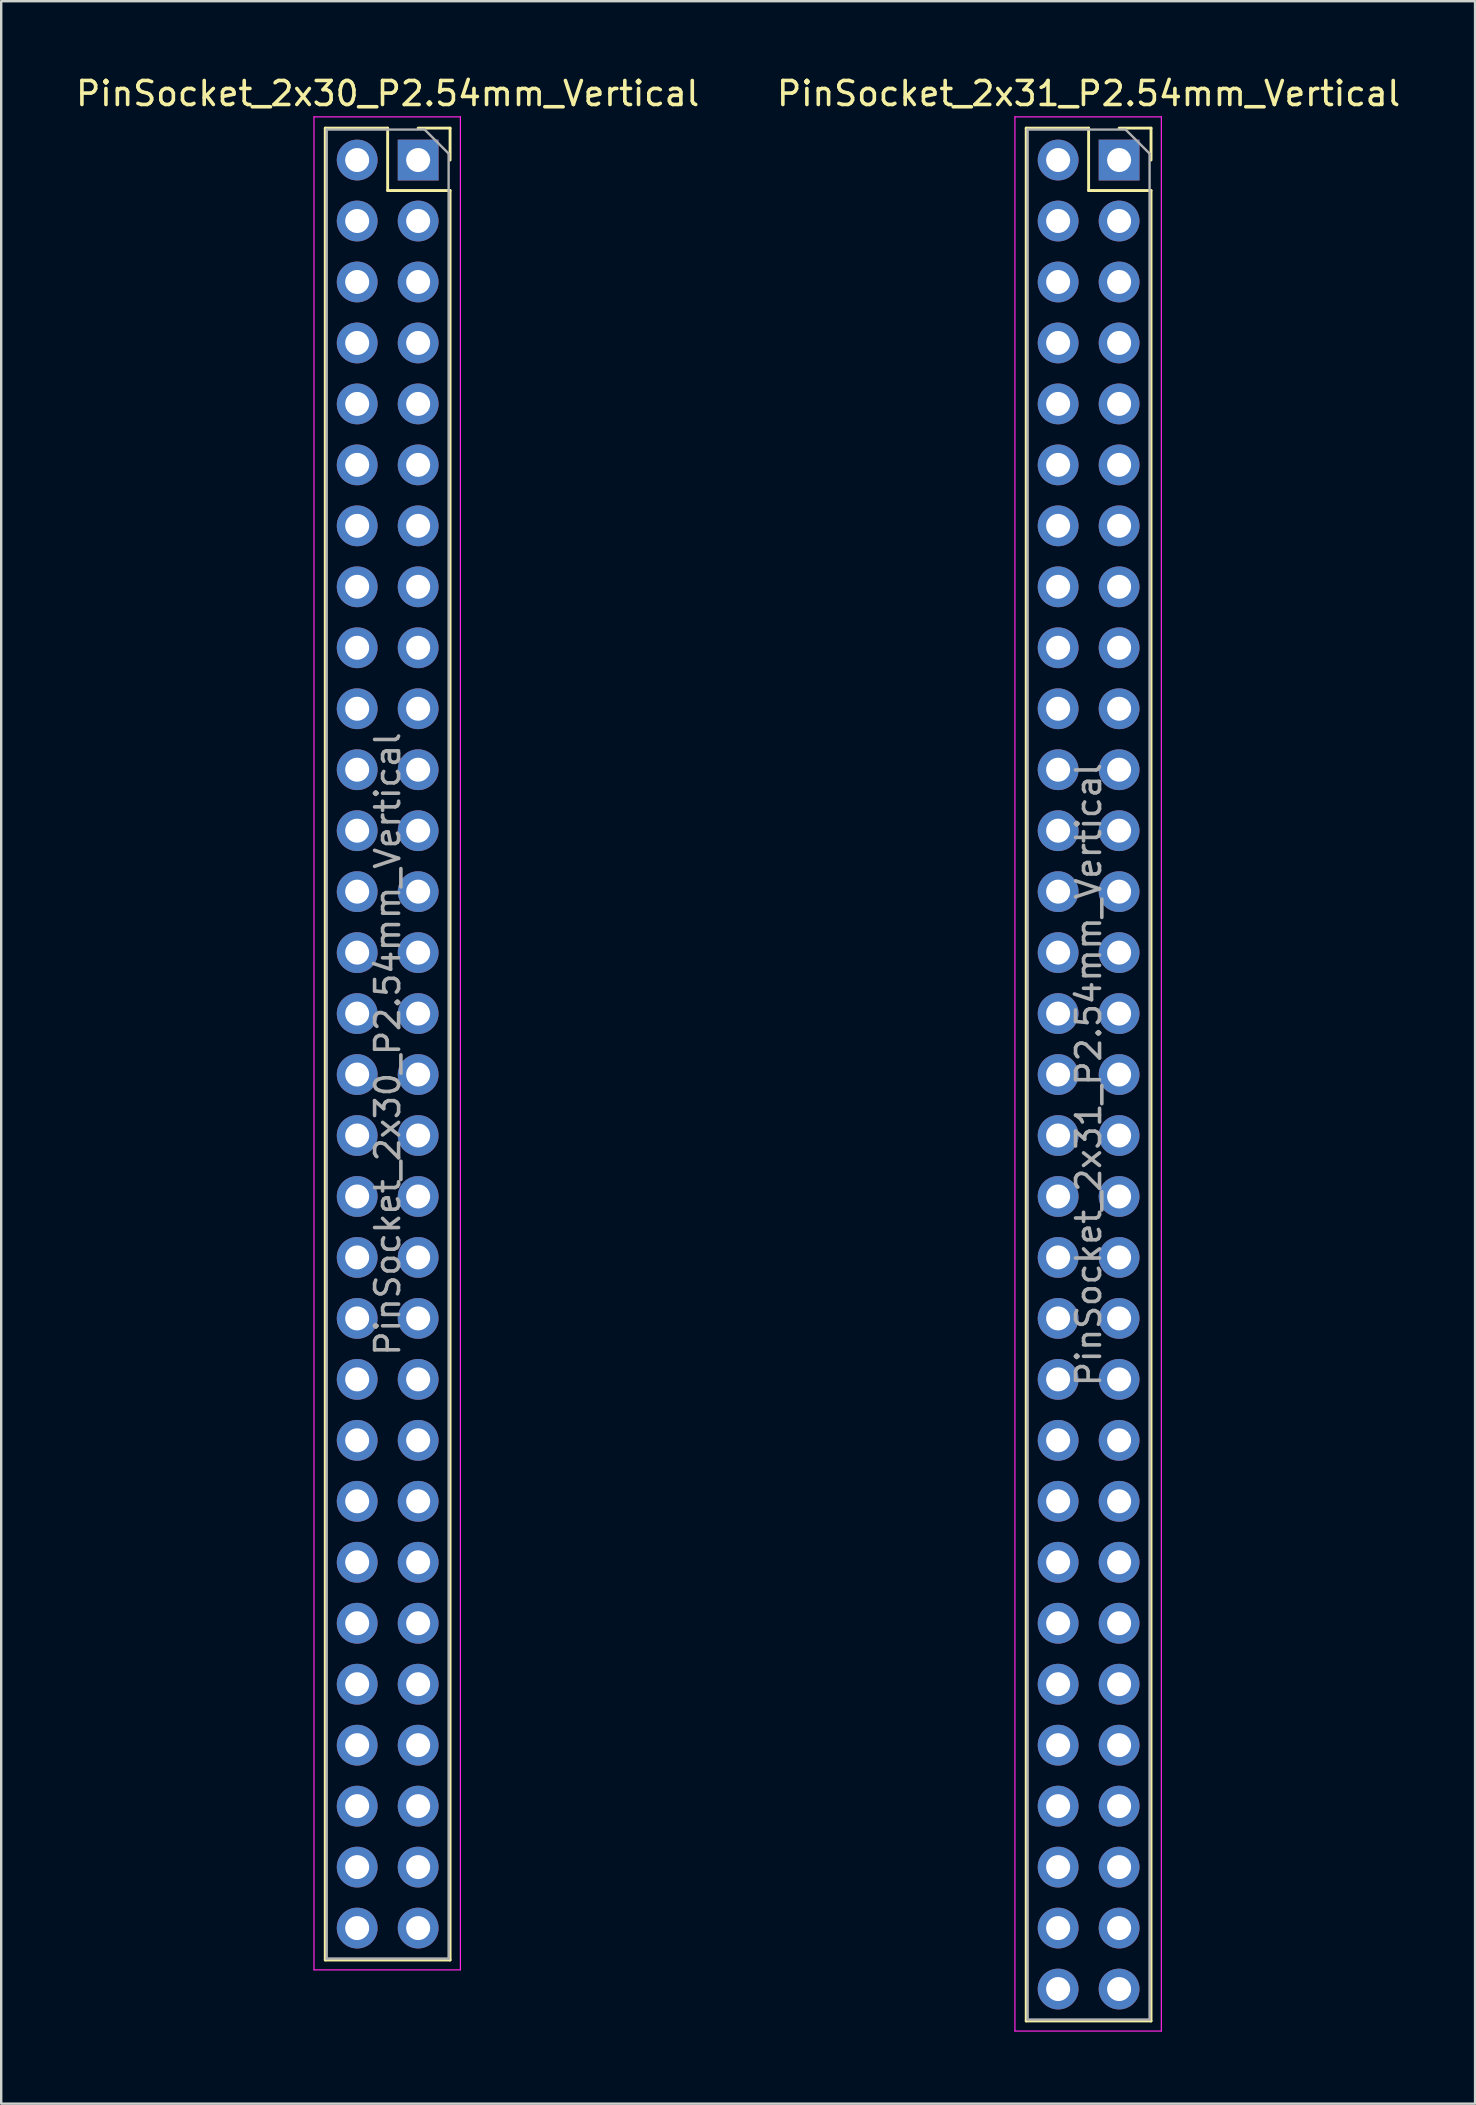
<source format=kicad_pcb>
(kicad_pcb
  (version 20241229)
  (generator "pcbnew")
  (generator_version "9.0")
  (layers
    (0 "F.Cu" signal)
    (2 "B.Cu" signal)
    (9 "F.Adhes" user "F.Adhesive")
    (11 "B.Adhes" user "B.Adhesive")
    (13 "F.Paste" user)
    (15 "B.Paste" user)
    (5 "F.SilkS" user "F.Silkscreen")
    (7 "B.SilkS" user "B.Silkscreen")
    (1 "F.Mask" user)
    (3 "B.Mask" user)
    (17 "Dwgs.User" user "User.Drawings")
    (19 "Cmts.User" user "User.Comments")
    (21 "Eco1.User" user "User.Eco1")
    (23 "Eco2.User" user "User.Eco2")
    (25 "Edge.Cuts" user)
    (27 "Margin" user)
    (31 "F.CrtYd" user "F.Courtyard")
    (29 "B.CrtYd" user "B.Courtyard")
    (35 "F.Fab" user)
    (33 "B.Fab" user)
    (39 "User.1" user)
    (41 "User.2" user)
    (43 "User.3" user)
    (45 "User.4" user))
  (footprint "PinSocket_2x31_P2.54mm_Vertical"
    (layer "F.Cu")
    (at 43.574 3.618)
    (property "Reference" "PinSocket_2x31_P2.54mm_Vertical" (at -1.27 -2.77 0) (layer "F.SilkS") (effects (font (size 1 1) (thickness 0.15))))
    (attr through_hole)
    (fp_line (start -3.87 -1.33) (end -3.87 77.53) (stroke (width 0.12) (type solid)) (layer "F.SilkS"))
    (fp_line (start -3.87 -1.33) (end -1.27 -1.33) (stroke (width 0.12) (type solid)) (layer "F.SilkS"))
    (fp_line (start -3.87 77.53) (end 1.33 77.53) (stroke (width 0.12) (type solid)) (layer "F.SilkS"))
    (fp_line (start -1.27 -1.33) (end -1.27 1.27) (stroke (width 0.12) (type solid)) (layer "F.SilkS"))
    (fp_line (start -1.27 1.27) (end 1.33 1.27) (stroke (width 0.12) (type solid)) (layer "F.SilkS"))
    (fp_line (start 0 -1.33) (end 1.33 -1.33) (stroke (width 0.12) (type solid)) (layer "F.SilkS"))
    (fp_line (start 1.33 -1.33) (end 1.33 0) (stroke (width 0.12) (type solid)) (layer "F.SilkS"))
    (fp_line (start 1.33 1.27) (end 1.33 77.53) (stroke (width 0.12) (type solid)) (layer "F.SilkS"))
    (fp_line (start -4.34 -1.8) (end 1.76 -1.8) (stroke (width 0.05) (type solid)) (layer "F.CrtYd"))
    (fp_line (start -4.34 77.95) (end -4.34 -1.8) (stroke (width 0.05) (type solid)) (layer "F.CrtYd"))
    (fp_line (start 1.76 -1.8) (end 1.76 77.95) (stroke (width 0.05) (type solid)) (layer "F.CrtYd"))
    (fp_line (start 1.76 77.95) (end -4.34 77.95) (stroke (width 0.05) (type solid)) (layer "F.CrtYd"))
    (fp_line (start -3.81 -1.27) (end 0.27 -1.27) (stroke (width 0.1) (type solid)) (layer "F.Fab"))
    (fp_line (start -3.81 77.47) (end -3.81 -1.27) (stroke (width 0.1) (type solid)) (layer "F.Fab"))
    (fp_line (start 0.27 -1.27) (end 1.27 -0.27) (stroke (width 0.1) (type solid)) (layer "F.Fab"))
    (fp_line (start 1.27 -0.27) (end 1.27 77.47) (stroke (width 0.1) (type solid)) (layer "F.Fab"))
    (fp_line (start 1.27 77.47) (end -3.81 77.47) (stroke (width 0.1) (type solid)) (layer "F.Fab"))
    (fp_text user "${REFERENCE}" (at -1.27 38.1 90) (layer "F.Fab") (effects (font (size 1 1) (thickness 0.15))))
    (pad "1" thru_hole rect (at 0 0) (size 1.7 1.7) (drill 1) (layers "*.Cu" "*.Mask"))
    (pad "2" thru_hole oval (at -2.54 0) (size 1.7 1.7) (drill 1) (layers "*.Cu" "*.Mask"))
    (pad "3" thru_hole oval (at 0 2.54) (size 1.7 1.7) (drill 1) (layers "*.Cu" "*.Mask"))
    (pad "4" thru_hole oval (at -2.54 2.54) (size 1.7 1.7) (drill 1) (layers "*.Cu" "*.Mask"))
    (pad "5" thru_hole oval (at 0 5.08) (size 1.7 1.7) (drill 1) (layers "*.Cu" "*.Mask"))
    (pad "6" thru_hole oval (at -2.54 5.08) (size 1.7 1.7) (drill 1) (layers "*.Cu" "*.Mask"))
    (pad "7" thru_hole oval (at 0 7.62) (size 1.7 1.7) (drill 1) (layers "*.Cu" "*.Mask"))
    (pad "8" thru_hole oval (at -2.54 7.62) (size 1.7 1.7) (drill 1) (layers "*.Cu" "*.Mask"))
    (pad "9" thru_hole oval (at 0 10.16) (size 1.7 1.7) (drill 1) (layers "*.Cu" "*.Mask"))
    (pad "10" thru_hole oval (at -2.54 10.16) (size 1.7 1.7) (drill 1) (layers "*.Cu" "*.Mask"))
    (pad "11" thru_hole oval (at 0 12.7) (size 1.7 1.7) (drill 1) (layers "*.Cu" "*.Mask"))
    (pad "12" thru_hole oval (at -2.54 12.7) (size 1.7 1.7) (drill 1) (layers "*.Cu" "*.Mask"))
    (pad "13" thru_hole oval (at 0 15.24) (size 1.7 1.7) (drill 1) (layers "*.Cu" "*.Mask"))
    (pad "14" thru_hole oval (at -2.54 15.24) (size 1.7 1.7) (drill 1) (layers "*.Cu" "*.Mask"))
    (pad "15" thru_hole oval (at 0 17.78) (size 1.7 1.7) (drill 1) (layers "*.Cu" "*.Mask"))
    (pad "16" thru_hole oval (at -2.54 17.78) (size 1.7 1.7) (drill 1) (layers "*.Cu" "*.Mask"))
    (pad "17" thru_hole oval (at 0 20.32) (size 1.7 1.7) (drill 1) (layers "*.Cu" "*.Mask"))
    (pad "18" thru_hole oval (at -2.54 20.32) (size 1.7 1.7) (drill 1) (layers "*.Cu" "*.Mask"))
    (pad "19" thru_hole oval (at 0 22.86) (size 1.7 1.7) (drill 1) (layers "*.Cu" "*.Mask"))
    (pad "20" thru_hole oval (at -2.54 22.86) (size 1.7 1.7) (drill 1) (layers "*.Cu" "*.Mask"))
    (pad "21" thru_hole oval (at 0 25.4) (size 1.7 1.7) (drill 1) (layers "*.Cu" "*.Mask"))
    (pad "22" thru_hole oval (at -2.54 25.4) (size 1.7 1.7) (drill 1) (layers "*.Cu" "*.Mask"))
    (pad "23" thru_hole oval (at 0 27.94) (size 1.7 1.7) (drill 1) (layers "*.Cu" "*.Mask"))
    (pad "24" thru_hole oval (at -2.54 27.94) (size 1.7 1.7) (drill 1) (layers "*.Cu" "*.Mask"))
    (pad "25" thru_hole oval (at 0 30.48) (size 1.7 1.7) (drill 1) (layers "*.Cu" "*.Mask"))
    (pad "26" thru_hole oval (at -2.54 30.48) (size 1.7 1.7) (drill 1) (layers "*.Cu" "*.Mask"))
    (pad "27" thru_hole oval (at 0 33.02) (size 1.7 1.7) (drill 1) (layers "*.Cu" "*.Mask"))
    (pad "28" thru_hole oval (at -2.54 33.02) (size 1.7 1.7) (drill 1) (layers "*.Cu" "*.Mask"))
    (pad "29" thru_hole oval (at 0 35.56) (size 1.7 1.7) (drill 1) (layers "*.Cu" "*.Mask"))
    (pad "30" thru_hole oval (at -2.54 35.56) (size 1.7 1.7) (drill 1) (layers "*.Cu" "*.Mask"))
    (pad "31" thru_hole oval (at 0 38.1) (size 1.7 1.7) (drill 1) (layers "*.Cu" "*.Mask"))
    (pad "32" thru_hole oval (at -2.54 38.1) (size 1.7 1.7) (drill 1) (layers "*.Cu" "*.Mask"))
    (pad "33" thru_hole oval (at 0 40.64) (size 1.7 1.7) (drill 1) (layers "*.Cu" "*.Mask"))
    (pad "34" thru_hole oval (at -2.54 40.64) (size 1.7 1.7) (drill 1) (layers "*.Cu" "*.Mask"))
    (pad "35" thru_hole oval (at 0 43.18) (size 1.7 1.7) (drill 1) (layers "*.Cu" "*.Mask"))
    (pad "36" thru_hole oval (at -2.54 43.18) (size 1.7 1.7) (drill 1) (layers "*.Cu" "*.Mask"))
    (pad "37" thru_hole oval (at 0 45.72) (size 1.7 1.7) (drill 1) (layers "*.Cu" "*.Mask"))
    (pad "38" thru_hole oval (at -2.54 45.72) (size 1.7 1.7) (drill 1) (layers "*.Cu" "*.Mask"))
    (pad "39" thru_hole oval (at 0 48.26) (size 1.7 1.7) (drill 1) (layers "*.Cu" "*.Mask"))
    (pad "40" thru_hole oval (at -2.54 48.26) (size 1.7 1.7) (drill 1) (layers "*.Cu" "*.Mask"))
    (pad "41" thru_hole oval (at 0 50.8) (size 1.7 1.7) (drill 1) (layers "*.Cu" "*.Mask"))
    (pad "42" thru_hole oval (at -2.54 50.8) (size 1.7 1.7) (drill 1) (layers "*.Cu" "*.Mask"))
    (pad "43" thru_hole oval (at 0 53.34) (size 1.7 1.7) (drill 1) (layers "*.Cu" "*.Mask"))
    (pad "44" thru_hole oval (at -2.54 53.34) (size 1.7 1.7) (drill 1) (layers "*.Cu" "*.Mask"))
    (pad "45" thru_hole oval (at 0 55.88) (size 1.7 1.7) (drill 1) (layers "*.Cu" "*.Mask"))
    (pad "46" thru_hole oval (at -2.54 55.88) (size 1.7 1.7) (drill 1) (layers "*.Cu" "*.Mask"))
    (pad "47" thru_hole oval (at 0 58.42) (size 1.7 1.7) (drill 1) (layers "*.Cu" "*.Mask"))
    (pad "48" thru_hole oval (at -2.54 58.42) (size 1.7 1.7) (drill 1) (layers "*.Cu" "*.Mask"))
    (pad "49" thru_hole oval (at 0 60.96) (size 1.7 1.7) (drill 1) (layers "*.Cu" "*.Mask"))
    (pad "50" thru_hole oval (at -2.54 60.96) (size 1.7 1.7) (drill 1) (layers "*.Cu" "*.Mask"))
    (pad "51" thru_hole oval (at 0 63.5) (size 1.7 1.7) (drill 1) (layers "*.Cu" "*.Mask"))
    (pad "52" thru_hole oval (at -2.54 63.5) (size 1.7 1.7) (drill 1) (layers "*.Cu" "*.Mask"))
    (pad "53" thru_hole oval (at 0 66.04) (size 1.7 1.7) (drill 1) (layers "*.Cu" "*.Mask"))
    (pad "54" thru_hole oval (at -2.54 66.04) (size 1.7 1.7) (drill 1) (layers "*.Cu" "*.Mask"))
    (pad "55" thru_hole oval (at 0 68.58) (size 1.7 1.7) (drill 1) (layers "*.Cu" "*.Mask"))
    (pad "56" thru_hole oval (at -2.54 68.58) (size 1.7 1.7) (drill 1) (layers "*.Cu" "*.Mask"))
    (pad "57" thru_hole oval (at 0 71.12) (size 1.7 1.7) (drill 1) (layers "*.Cu" "*.Mask"))
    (pad "58" thru_hole oval (at -2.54 71.12) (size 1.7 1.7) (drill 1) (layers "*.Cu" "*.Mask"))
    (pad "59" thru_hole oval (at 0 73.66) (size 1.7 1.7) (drill 1) (layers "*.Cu" "*.Mask"))
    (pad "60" thru_hole oval (at -2.54 73.66) (size 1.7 1.7) (drill 1) (layers "*.Cu" "*.Mask"))
    (pad "61" thru_hole oval (at 0 76.2) (size 1.7 1.7) (drill 1) (layers "*.Cu" "*.Mask"))
    (pad "62" thru_hole oval (at -2.54 76.2) (size 1.7 1.7) (drill 1) (layers "*.Cu" "*.Mask")))
  (footprint "PinSocket_2x30_P2.54mm_Vertical"
    (layer "F.Cu")
    (at 14.371 3.618)
    (property "Reference" "PinSocket_2x30_P2.54mm_Vertical" (at -1.27 -2.77 0) (layer "F.SilkS") (effects (font (size 1 1) (thickness 0.15))))
    (attr through_hole)
    (fp_line (start -3.87 -1.33) (end -3.87 74.99) (stroke (width 0.12) (type solid)) (layer "F.SilkS"))
    (fp_line (start -3.87 -1.33) (end -1.27 -1.33) (stroke (width 0.12) (type solid)) (layer "F.SilkS"))
    (fp_line (start -3.87 74.99) (end 1.33 74.99) (stroke (width 0.12) (type solid)) (layer "F.SilkS"))
    (fp_line (start -1.27 -1.33) (end -1.27 1.27) (stroke (width 0.12) (type solid)) (layer "F.SilkS"))
    (fp_line (start -1.27 1.27) (end 1.33 1.27) (stroke (width 0.12) (type solid)) (layer "F.SilkS"))
    (fp_line (start 0 -1.33) (end 1.33 -1.33) (stroke (width 0.12) (type solid)) (layer "F.SilkS"))
    (fp_line (start 1.33 -1.33) (end 1.33 0) (stroke (width 0.12) (type solid)) (layer "F.SilkS"))
    (fp_line (start 1.33 1.27) (end 1.33 74.99) (stroke (width 0.12) (type solid)) (layer "F.SilkS"))
    (fp_line (start -4.34 -1.8) (end 1.76 -1.8) (stroke (width 0.05) (type solid)) (layer "F.CrtYd"))
    (fp_line (start -4.34 75.4) (end -4.34 -1.8) (stroke (width 0.05) (type solid)) (layer "F.CrtYd"))
    (fp_line (start 1.76 -1.8) (end 1.76 75.4) (stroke (width 0.05) (type solid)) (layer "F.CrtYd"))
    (fp_line (start 1.76 75.4) (end -4.34 75.4) (stroke (width 0.05) (type solid)) (layer "F.CrtYd"))
    (fp_line (start -3.81 -1.27) (end 0.27 -1.27) (stroke (width 0.1) (type solid)) (layer "F.Fab"))
    (fp_line (start -3.81 74.93) (end -3.81 -1.27) (stroke (width 0.1) (type solid)) (layer "F.Fab"))
    (fp_line (start 0.27 -1.27) (end 1.27 -0.27) (stroke (width 0.1) (type solid)) (layer "F.Fab"))
    (fp_line (start 1.27 -0.27) (end 1.27 74.93) (stroke (width 0.1) (type solid)) (layer "F.Fab"))
    (fp_line (start 1.27 74.93) (end -3.81 74.93) (stroke (width 0.1) (type solid)) (layer "F.Fab"))
    (fp_text user "${REFERENCE}" (at -1.27 36.83 90) (layer "F.Fab") (effects (font (size 1 1) (thickness 0.15))))
    (pad "1" thru_hole rect (at 0 0) (size 1.7 1.7) (drill 1) (layers "*.Cu" "*.Mask"))
    (pad "2" thru_hole oval (at -2.54 0) (size 1.7 1.7) (drill 1) (layers "*.Cu" "*.Mask"))
    (pad "3" thru_hole oval (at 0 2.54) (size 1.7 1.7) (drill 1) (layers "*.Cu" "*.Mask"))
    (pad "4" thru_hole oval (at -2.54 2.54) (size 1.7 1.7) (drill 1) (layers "*.Cu" "*.Mask"))
    (pad "5" thru_hole oval (at 0 5.08) (size 1.7 1.7) (drill 1) (layers "*.Cu" "*.Mask"))
    (pad "6" thru_hole oval (at -2.54 5.08) (size 1.7 1.7) (drill 1) (layers "*.Cu" "*.Mask"))
    (pad "7" thru_hole oval (at 0 7.62) (size 1.7 1.7) (drill 1) (layers "*.Cu" "*.Mask"))
    (pad "8" thru_hole oval (at -2.54 7.62) (size 1.7 1.7) (drill 1) (layers "*.Cu" "*.Mask"))
    (pad "9" thru_hole oval (at 0 10.16) (size 1.7 1.7) (drill 1) (layers "*.Cu" "*.Mask"))
    (pad "10" thru_hole oval (at -2.54 10.16) (size 1.7 1.7) (drill 1) (layers "*.Cu" "*.Mask"))
    (pad "11" thru_hole oval (at 0 12.7) (size 1.7 1.7) (drill 1) (layers "*.Cu" "*.Mask"))
    (pad "12" thru_hole oval (at -2.54 12.7) (size 1.7 1.7) (drill 1) (layers "*.Cu" "*.Mask"))
    (pad "13" thru_hole oval (at 0 15.24) (size 1.7 1.7) (drill 1) (layers "*.Cu" "*.Mask"))
    (pad "14" thru_hole oval (at -2.54 15.24) (size 1.7 1.7) (drill 1) (layers "*.Cu" "*.Mask"))
    (pad "15" thru_hole oval (at 0 17.78) (size 1.7 1.7) (drill 1) (layers "*.Cu" "*.Mask"))
    (pad "16" thru_hole oval (at -2.54 17.78) (size 1.7 1.7) (drill 1) (layers "*.Cu" "*.Mask"))
    (pad "17" thru_hole oval (at 0 20.32) (size 1.7 1.7) (drill 1) (layers "*.Cu" "*.Mask"))
    (pad "18" thru_hole oval (at -2.54 20.32) (size 1.7 1.7) (drill 1) (layers "*.Cu" "*.Mask"))
    (pad "19" thru_hole oval (at 0 22.86) (size 1.7 1.7) (drill 1) (layers "*.Cu" "*.Mask"))
    (pad "20" thru_hole oval (at -2.54 22.86) (size 1.7 1.7) (drill 1) (layers "*.Cu" "*.Mask"))
    (pad "21" thru_hole oval (at 0 25.4) (size 1.7 1.7) (drill 1) (layers "*.Cu" "*.Mask"))
    (pad "22" thru_hole oval (at -2.54 25.4) (size 1.7 1.7) (drill 1) (layers "*.Cu" "*.Mask"))
    (pad "23" thru_hole oval (at 0 27.94) (size 1.7 1.7) (drill 1) (layers "*.Cu" "*.Mask"))
    (pad "24" thru_hole oval (at -2.54 27.94) (size 1.7 1.7) (drill 1) (layers "*.Cu" "*.Mask"))
    (pad "25" thru_hole oval (at 0 30.48) (size 1.7 1.7) (drill 1) (layers "*.Cu" "*.Mask"))
    (pad "26" thru_hole oval (at -2.54 30.48) (size 1.7 1.7) (drill 1) (layers "*.Cu" "*.Mask"))
    (pad "27" thru_hole oval (at 0 33.02) (size 1.7 1.7) (drill 1) (layers "*.Cu" "*.Mask"))
    (pad "28" thru_hole oval (at -2.54 33.02) (size 1.7 1.7) (drill 1) (layers "*.Cu" "*.Mask"))
    (pad "29" thru_hole oval (at 0 35.56) (size 1.7 1.7) (drill 1) (layers "*.Cu" "*.Mask"))
    (pad "30" thru_hole oval (at -2.54 35.56) (size 1.7 1.7) (drill 1) (layers "*.Cu" "*.Mask"))
    (pad "31" thru_hole oval (at 0 38.1) (size 1.7 1.7) (drill 1) (layers "*.Cu" "*.Mask"))
    (pad "32" thru_hole oval (at -2.54 38.1) (size 1.7 1.7) (drill 1) (layers "*.Cu" "*.Mask"))
    (pad "33" thru_hole oval (at 0 40.64) (size 1.7 1.7) (drill 1) (layers "*.Cu" "*.Mask"))
    (pad "34" thru_hole oval (at -2.54 40.64) (size 1.7 1.7) (drill 1) (layers "*.Cu" "*.Mask"))
    (pad "35" thru_hole oval (at 0 43.18) (size 1.7 1.7) (drill 1) (layers "*.Cu" "*.Mask"))
    (pad "36" thru_hole oval (at -2.54 43.18) (size 1.7 1.7) (drill 1) (layers "*.Cu" "*.Mask"))
    (pad "37" thru_hole oval (at 0 45.72) (size 1.7 1.7) (drill 1) (layers "*.Cu" "*.Mask"))
    (pad "38" thru_hole oval (at -2.54 45.72) (size 1.7 1.7) (drill 1) (layers "*.Cu" "*.Mask"))
    (pad "39" thru_hole oval (at 0 48.26) (size 1.7 1.7) (drill 1) (layers "*.Cu" "*.Mask"))
    (pad "40" thru_hole oval (at -2.54 48.26) (size 1.7 1.7) (drill 1) (layers "*.Cu" "*.Mask"))
    (pad "41" thru_hole oval (at 0 50.8) (size 1.7 1.7) (drill 1) (layers "*.Cu" "*.Mask"))
    (pad "42" thru_hole oval (at -2.54 50.8) (size 1.7 1.7) (drill 1) (layers "*.Cu" "*.Mask"))
    (pad "43" thru_hole oval (at 0 53.34) (size 1.7 1.7) (drill 1) (layers "*.Cu" "*.Mask"))
    (pad "44" thru_hole oval (at -2.54 53.34) (size 1.7 1.7) (drill 1) (layers "*.Cu" "*.Mask"))
    (pad "45" thru_hole oval (at 0 55.88) (size 1.7 1.7) (drill 1) (layers "*.Cu" "*.Mask"))
    (pad "46" thru_hole oval (at -2.54 55.88) (size 1.7 1.7) (drill 1) (layers "*.Cu" "*.Mask"))
    (pad "47" thru_hole oval (at 0 58.42) (size 1.7 1.7) (drill 1) (layers "*.Cu" "*.Mask"))
    (pad "48" thru_hole oval (at -2.54 58.42) (size 1.7 1.7) (drill 1) (layers "*.Cu" "*.Mask"))
    (pad "49" thru_hole oval (at 0 60.96) (size 1.7 1.7) (drill 1) (layers "*.Cu" "*.Mask"))
    (pad "50" thru_hole oval (at -2.54 60.96) (size 1.7 1.7) (drill 1) (layers "*.Cu" "*.Mask"))
    (pad "51" thru_hole oval (at 0 63.5) (size 1.7 1.7) (drill 1) (layers "*.Cu" "*.Mask"))
    (pad "52" thru_hole oval (at -2.54 63.5) (size 1.7 1.7) (drill 1) (layers "*.Cu" "*.Mask"))
    (pad "53" thru_hole oval (at 0 66.04) (size 1.7 1.7) (drill 1) (layers "*.Cu" "*.Mask"))
    (pad "54" thru_hole oval (at -2.54 66.04) (size 1.7 1.7) (drill 1) (layers "*.Cu" "*.Mask"))
    (pad "55" thru_hole oval (at 0 68.58) (size 1.7 1.7) (drill 1) (layers "*.Cu" "*.Mask"))
    (pad "56" thru_hole oval (at -2.54 68.58) (size 1.7 1.7) (drill 1) (layers "*.Cu" "*.Mask"))
    (pad "57" thru_hole oval (at 0 71.12) (size 1.7 1.7) (drill 1) (layers "*.Cu" "*.Mask"))
    (pad "58" thru_hole oval (at -2.54 71.12) (size 1.7 1.7) (drill 1) (layers "*.Cu" "*.Mask"))
    (pad "59" thru_hole oval (at 0 73.66) (size 1.7 1.7) (drill 1) (layers "*.Cu" "*.Mask"))
    (pad "60" thru_hole oval (at -2.54 73.66) (size 1.7 1.7) (drill 1) (layers "*.Cu" "*.Mask")))
  (gr_rect
    (start -3 -3)
    (end 58.405 84.593)
    (stroke (width 0.1) (type default))
    (fill no)
    (layer "Edge.Cuts")))
</source>
